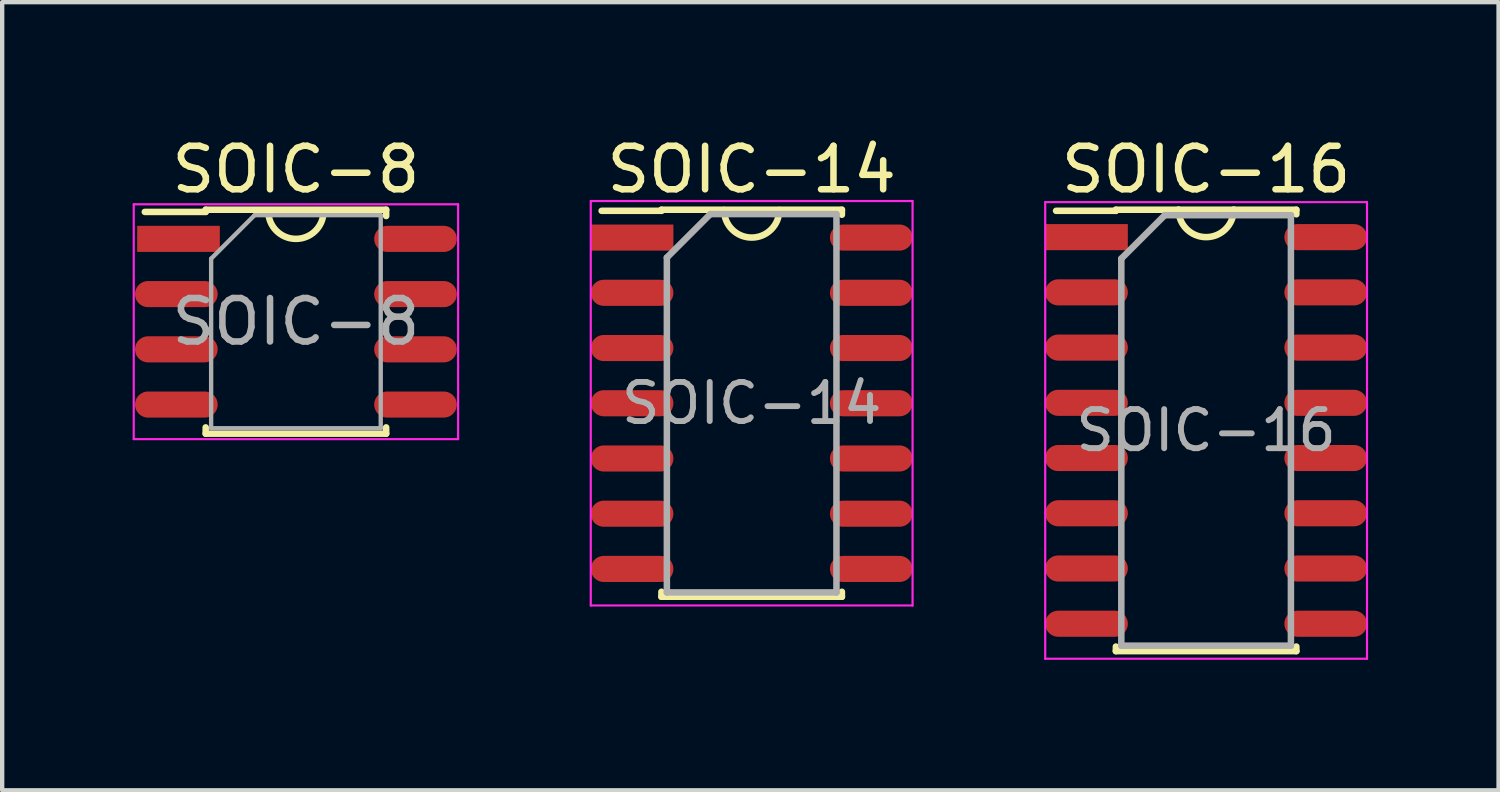
<source format=kicad_pcb>
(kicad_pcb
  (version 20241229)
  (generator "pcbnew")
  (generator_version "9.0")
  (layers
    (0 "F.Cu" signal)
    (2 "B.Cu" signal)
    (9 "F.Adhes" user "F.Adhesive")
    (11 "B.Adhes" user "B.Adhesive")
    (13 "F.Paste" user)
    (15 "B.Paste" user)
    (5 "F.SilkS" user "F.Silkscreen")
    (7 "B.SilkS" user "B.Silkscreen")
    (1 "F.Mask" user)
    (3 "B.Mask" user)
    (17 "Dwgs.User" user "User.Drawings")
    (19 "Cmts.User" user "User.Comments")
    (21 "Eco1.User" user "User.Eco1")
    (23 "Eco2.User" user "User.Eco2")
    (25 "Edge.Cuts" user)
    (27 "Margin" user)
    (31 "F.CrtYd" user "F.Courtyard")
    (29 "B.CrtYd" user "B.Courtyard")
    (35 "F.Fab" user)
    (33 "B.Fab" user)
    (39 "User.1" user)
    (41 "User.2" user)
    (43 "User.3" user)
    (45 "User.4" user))
  (footprint "SOIC-14"
    (layer "F.Cu")
    (at 14.235 6.223)
    (property "Reference" "SOIC-14" (at 0 -5.375 0) (layer "F.SilkS") (effects (font (size 1 1) (thickness 0.15))))
    (attr smd)
    (fp_line (start -2.075 -4.45) (end -2.075 -4.425) (stroke (width 0.15) (type solid)) (layer "F.SilkS"))
    (fp_line (start -2.075 -4.45) (end 2.075 -4.45) (stroke (width 0.15) (type solid)) (layer "F.SilkS"))
    (fp_line (start -2.075 -4.425) (end -3.45 -4.425) (stroke (width 0.15) (type solid)) (layer "F.SilkS"))
    (fp_line (start -2.075 4.45) (end -2.075 4.335) (stroke (width 0.15) (type solid)) (layer "F.SilkS"))
    (fp_line (start -2.075 4.45) (end 2.075 4.45) (stroke (width 0.15) (type solid)) (layer "F.SilkS"))
    (fp_line (start 2.075 -4.45) (end 2.075 -4.335) (stroke (width 0.15) (type solid)) (layer "F.SilkS"))
    (fp_line (start 2.075 4.45) (end 2.075 4.335) (stroke (width 0.15) (type solid)) (layer "F.SilkS"))
    (fp_arc (start 0.635 -4.445) (mid 0 -3.81) (end -0.635 -4.445) (stroke (width 0.15) (type solid)) (layer "F.SilkS"))
    (fp_line (start -3.7 -4.65) (end -3.7 4.65) (stroke (width 0.05) (type solid)) (layer "F.CrtYd"))
    (fp_line (start -3.7 -4.65) (end 3.7 -4.65) (stroke (width 0.05) (type solid)) (layer "F.CrtYd"))
    (fp_line (start -3.7 4.65) (end 3.7 4.65) (stroke (width 0.05) (type solid)) (layer "F.CrtYd"))
    (fp_line (start 3.7 -4.65) (end 3.7 4.65) (stroke (width 0.05) (type solid)) (layer "F.CrtYd"))
    (fp_line (start -1.95 -3.35) (end -0.95 -4.35) (stroke (width 0.15) (type solid)) (layer "F.Fab"))
    (fp_line (start -1.95 4.35) (end -1.95 -3.35) (stroke (width 0.15) (type solid)) (layer "F.Fab"))
    (fp_line (start -0.95 -4.35) (end 1.95 -4.35) (stroke (width 0.15) (type solid)) (layer "F.Fab"))
    (fp_line (start 1.95 -4.35) (end 1.95 4.35) (stroke (width 0.15) (type solid)) (layer "F.Fab"))
    (fp_line (start 1.95 4.35) (end -1.95 4.35) (stroke (width 0.15) (type solid)) (layer "F.Fab"))
    (fp_text user "${REFERENCE}" (at 0 0 0) (layer "F.Fab") (effects (font (size 0.9 0.9) (thickness 0.135))))
    (pad "1" smd rect (at -2.75 -3.81) (size 1.9 0.6) (layers "F.Cu" "F.Mask" "F.Paste"))
    (pad "2" smd oval (at -2.75 -2.54) (size 1.9 0.6) (layers "F.Cu" "F.Mask" "F.Paste"))
    (pad "3" smd oval (at -2.75 -1.27) (size 1.9 0.6) (layers "F.Cu" "F.Mask" "F.Paste"))
    (pad "4" smd oval (at -2.75 0) (size 1.9 0.6) (layers "F.Cu" "F.Mask" "F.Paste"))
    (pad "5" smd oval (at -2.75 1.27) (size 1.9 0.6) (layers "F.Cu" "F.Mask" "F.Paste"))
    (pad "6" smd oval (at -2.75 2.54) (size 1.9 0.6) (layers "F.Cu" "F.Mask" "F.Paste"))
    (pad "7" smd oval (at -2.75 3.81) (size 1.9 0.6) (layers "F.Cu" "F.Mask" "F.Paste"))
    (pad "8" smd oval (at 2.75 3.81) (size 1.9 0.6) (layers "F.Cu" "F.Mask" "F.Paste"))
    (pad "9" smd oval (at 2.75 2.54) (size 1.9 0.6) (layers "F.Cu" "F.Mask" "F.Paste"))
    (pad "10" smd oval (at 2.75 1.27) (size 1.9 0.6) (layers "F.Cu" "F.Mask" "F.Paste"))
    (pad "11" smd oval (at 2.75 0) (size 1.9 0.6) (layers "F.Cu" "F.Mask" "F.Paste"))
    (pad "12" smd oval (at 2.75 -1.27) (size 1.9 0.6) (layers "F.Cu" "F.Mask" "F.Paste"))
    (pad "13" smd oval (at 2.75 -2.54) (size 1.9 0.6) (layers "F.Cu" "F.Mask" "F.Paste"))
    (pad "14" smd oval (at 2.75 -3.81) (size 1.9 0.6) (layers "F.Cu" "F.Mask" "F.Paste")))
  (footprint "SOIC-8"
    (layer "F.Cu")
    (at 3.755 4.348)
    (property "Reference" "SOIC-8" (at 0 -3.5 0) (layer "F.SilkS") (effects (font (size 1 1) (thickness 0.15))))
    (attr smd)
    (fp_line (start -2.075 -2.575) (end -2.075 -2.525) (stroke (width 0.15) (type solid)) (layer "F.SilkS"))
    (fp_line (start -2.075 -2.575) (end 2.075 -2.575) (stroke (width 0.15) (type solid)) (layer "F.SilkS"))
    (fp_line (start -2.075 -2.525) (end -3.475 -2.525) (stroke (width 0.15) (type solid)) (layer "F.SilkS"))
    (fp_line (start -2.075 2.575) (end -2.075 2.43) (stroke (width 0.15) (type solid)) (layer "F.SilkS"))
    (fp_line (start -2.075 2.575) (end 2.075 2.575) (stroke (width 0.15) (type solid)) (layer "F.SilkS"))
    (fp_line (start 2.075 -2.575) (end 2.075 -2.43) (stroke (width 0.15) (type solid)) (layer "F.SilkS"))
    (fp_line (start 2.075 2.575) (end 2.075 2.43) (stroke (width 0.15) (type solid)) (layer "F.SilkS"))
    (fp_arc (start 0.635 -2.54) (mid 0 -1.905) (end -0.635 -2.54) (stroke (width 0.15) (type solid)) (layer "F.SilkS"))
    (fp_line (start -3.73 -2.7) (end -3.73 2.7) (stroke (width 0.05) (type solid)) (layer "F.CrtYd"))
    (fp_line (start -3.73 -2.7) (end 3.73 -2.7) (stroke (width 0.05) (type solid)) (layer "F.CrtYd"))
    (fp_line (start -3.73 2.7) (end 3.73 2.7) (stroke (width 0.05) (type solid)) (layer "F.CrtYd"))
    (fp_line (start 3.73 -2.7) (end 3.73 2.7) (stroke (width 0.05) (type solid)) (layer "F.CrtYd"))
    (fp_line (start -1.95 -1.45) (end -0.95 -2.45) (stroke (width 0.1) (type solid)) (layer "F.Fab"))
    (fp_line (start -1.95 2.45) (end -1.95 -1.45) (stroke (width 0.1) (type solid)) (layer "F.Fab"))
    (fp_line (start -0.95 -2.45) (end 1.95 -2.45) (stroke (width 0.1) (type solid)) (layer "F.Fab"))
    (fp_line (start 1.95 -2.45) (end 1.95 2.45) (stroke (width 0.1) (type solid)) (layer "F.Fab"))
    (fp_line (start 1.95 2.45) (end -1.95 2.45) (stroke (width 0.1) (type solid)) (layer "F.Fab"))
    (fp_text user "${REFERENCE}" (at 0 0 0) (layer "F.Fab") (effects (font (size 1 1) (thickness 0.15))))
    (pad "1" smd rect (at -2.7 -1.905) (size 1.9 0.6) (layers "F.Cu" "F.Mask" "F.Paste"))
    (pad "2" smd oval (at -2.75 -0.635) (size 1.9 0.6) (layers "F.Cu" "F.Mask" "F.Paste"))
    (pad "3" smd oval (at -2.75 0.635) (size 1.9 0.6) (layers "F.Cu" "F.Mask" "F.Paste"))
    (pad "4" smd oval (at -2.75 1.905) (size 1.9 0.6) (layers "F.Cu" "F.Mask" "F.Paste"))
    (pad "5" smd oval (at 2.75 1.905) (size 1.9 0.6) (layers "F.Cu" "F.Mask" "F.Paste"))
    (pad "6" smd oval (at 2.75 0.635) (size 1.9 0.6) (layers "F.Cu" "F.Mask" "F.Paste"))
    (pad "7" smd oval (at 2.75 -0.635) (size 1.9 0.6) (layers "F.Cu" "F.Mask" "F.Paste"))
    (pad "8" smd oval (at 2.75 -1.905) (size 1.9 0.6) (layers "F.Cu" "F.Mask" "F.Paste")))
  (footprint "SOIC-16"
    (layer "F.Cu")
    (at 24.685 6.848)
    (property "Reference" "SOIC-16" (at 0 -6 0) (layer "F.SilkS") (effects (font (size 1 1) (thickness 0.15))))
    (attr smd)
    (fp_line (start -2.075 -5.075) (end -2.075 -5.05) (stroke (width 0.15) (type solid)) (layer "F.SilkS"))
    (fp_line (start -2.075 -5.075) (end 2.075 -5.075) (stroke (width 0.15) (type solid)) (layer "F.SilkS"))
    (fp_line (start -2.075 -5.05) (end -3.45 -5.05) (stroke (width 0.15) (type solid)) (layer "F.SilkS"))
    (fp_line (start -2.075 5.075) (end -2.075 4.97) (stroke (width 0.15) (type solid)) (layer "F.SilkS"))
    (fp_line (start -2.075 5.075) (end 2.075 5.075) (stroke (width 0.15) (type solid)) (layer "F.SilkS"))
    (fp_line (start 2.075 -5.075) (end 2.075 -4.97) (stroke (width 0.15) (type solid)) (layer "F.SilkS"))
    (fp_line (start 2.075 5.075) (end 2.075 4.97) (stroke (width 0.15) (type solid)) (layer "F.SilkS"))
    (fp_arc (start 0.635 -5.08) (mid 0 -4.445) (end -0.635 -5.08) (stroke (width 0.15) (type solid)) (layer "F.SilkS"))
    (fp_line (start -3.7 -5.25) (end -3.7 5.25) (stroke (width 0.05) (type solid)) (layer "F.CrtYd"))
    (fp_line (start -3.7 -5.25) (end 3.7 -5.25) (stroke (width 0.05) (type solid)) (layer "F.CrtYd"))
    (fp_line (start -3.7 5.25) (end 3.7 5.25) (stroke (width 0.05) (type solid)) (layer "F.CrtYd"))
    (fp_line (start 3.7 -5.25) (end 3.7 5.25) (stroke (width 0.05) (type solid)) (layer "F.CrtYd"))
    (fp_line (start -1.95 -3.95) (end -0.95 -4.95) (stroke (width 0.15) (type solid)) (layer "F.Fab"))
    (fp_line (start -1.95 4.95) (end -1.95 -3.95) (stroke (width 0.15) (type solid)) (layer "F.Fab"))
    (fp_line (start -0.95 -4.95) (end 1.95 -4.95) (stroke (width 0.15) (type solid)) (layer "F.Fab"))
    (fp_line (start 1.95 -4.95) (end 1.95 4.95) (stroke (width 0.15) (type solid)) (layer "F.Fab"))
    (fp_line (start 1.95 4.95) (end -1.95 4.95) (stroke (width 0.15) (type solid)) (layer "F.Fab"))
    (fp_text user "${REFERENCE}" (at 0 0 0) (layer "F.Fab") (effects (font (size 0.9 0.9) (thickness 0.135))))
    (pad "1" smd rect (at -2.75 -4.445) (size 1.9 0.6) (layers "F.Cu" "F.Mask" "F.Paste"))
    (pad "2" smd oval (at -2.75 -3.175) (size 1.9 0.6) (layers "F.Cu" "F.Mask" "F.Paste"))
    (pad "3" smd oval (at -2.75 -1.905) (size 1.9 0.6) (layers "F.Cu" "F.Mask" "F.Paste"))
    (pad "4" smd oval (at -2.75 -0.635) (size 1.9 0.6) (layers "F.Cu" "F.Mask" "F.Paste"))
    (pad "5" smd oval (at -2.75 0.635) (size 1.9 0.6) (layers "F.Cu" "F.Mask" "F.Paste"))
    (pad "6" smd oval (at -2.75 1.905) (size 1.9 0.6) (layers "F.Cu" "F.Mask" "F.Paste"))
    (pad "7" smd oval (at -2.75 3.175) (size 1.9 0.6) (layers "F.Cu" "F.Mask" "F.Paste"))
    (pad "8" smd oval (at -2.75 4.445) (size 1.9 0.6) (layers "F.Cu" "F.Mask" "F.Paste"))
    (pad "9" smd oval (at 2.75 4.445) (size 1.9 0.6) (layers "F.Cu" "F.Mask" "F.Paste"))
    (pad "10" smd oval (at 2.75 3.175) (size 1.9 0.6) (layers "F.Cu" "F.Mask" "F.Paste"))
    (pad "11" smd oval (at 2.75 1.905) (size 1.9 0.6) (layers "F.Cu" "F.Mask" "F.Paste"))
    (pad "12" smd oval (at 2.75 0.635) (size 1.9 0.6) (layers "F.Cu" "F.Mask" "F.Paste"))
    (pad "13" smd oval (at 2.75 -0.635) (size 1.9 0.6) (layers "F.Cu" "F.Mask" "F.Paste"))
    (pad "14" smd oval (at 2.75 -1.905) (size 1.9 0.6) (layers "F.Cu" "F.Mask" "F.Paste"))
    (pad "15" smd oval (at 2.75 -3.175) (size 1.9 0.6) (layers "F.Cu" "F.Mask" "F.Paste"))
    (pad "16" smd oval (at 2.75 -4.445) (size 1.9 0.6) (layers "F.Cu" "F.Mask" "F.Paste")))
  (gr_rect
    (start -3 -3)
    (end 31.41 15.123)
    (stroke (width 0.1) (type default))
    (fill no)
    (layer "Edge.Cuts")))
</source>
